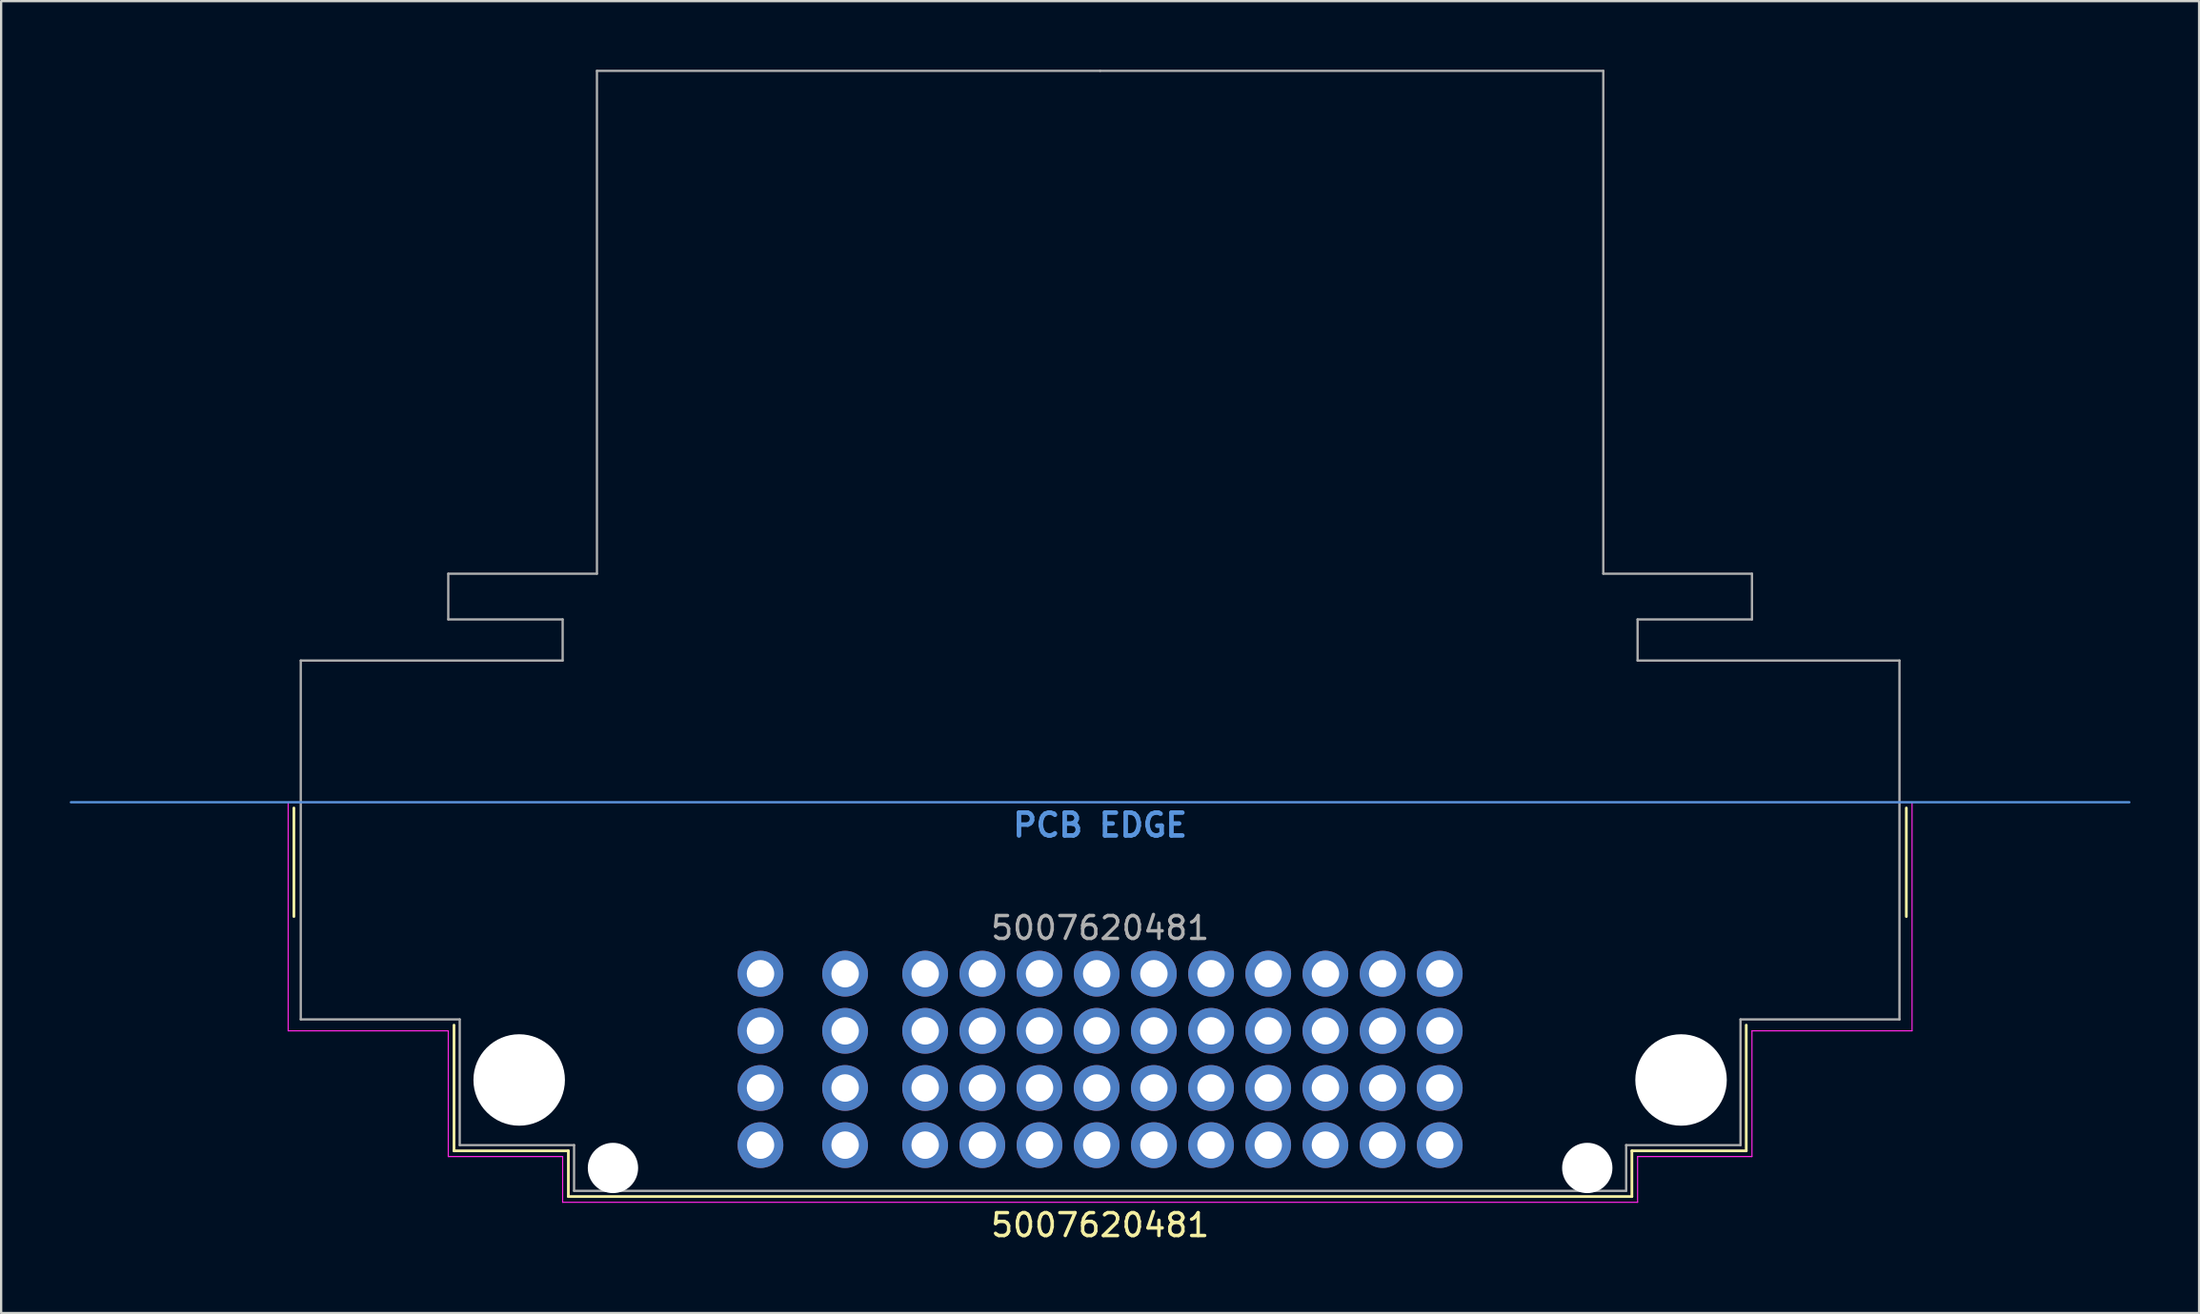
<source format=kicad_pcb>
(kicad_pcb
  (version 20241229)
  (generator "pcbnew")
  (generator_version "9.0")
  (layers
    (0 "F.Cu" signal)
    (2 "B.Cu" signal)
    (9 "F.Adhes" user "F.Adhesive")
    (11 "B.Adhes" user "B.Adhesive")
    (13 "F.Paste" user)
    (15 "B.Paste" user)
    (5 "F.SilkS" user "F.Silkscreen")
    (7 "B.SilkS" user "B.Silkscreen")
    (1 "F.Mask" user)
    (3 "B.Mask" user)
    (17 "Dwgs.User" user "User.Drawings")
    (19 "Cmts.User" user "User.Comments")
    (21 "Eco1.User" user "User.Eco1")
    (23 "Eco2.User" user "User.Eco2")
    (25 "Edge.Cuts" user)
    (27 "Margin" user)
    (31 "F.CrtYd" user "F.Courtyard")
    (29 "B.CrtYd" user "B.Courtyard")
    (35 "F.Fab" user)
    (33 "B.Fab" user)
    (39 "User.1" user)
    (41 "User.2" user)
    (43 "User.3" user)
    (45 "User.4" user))
  (footprint "5007620481"
    (layer "F.Cu")
    (at 45.05 32.05)
    (property "Reference" "5007620481" (at 0 18.5 0) (unlocked yes) (layer "F.SilkS") (effects (font (size 1 1) (thickness 0.15))))
    (attr through_hole)
    (fp_line (start -35.25 0.25) (end -35.25 5) (stroke (width 0.12) (type default)) (layer "F.SilkS"))
    (fp_line (start -28.25 15.25) (end -28.25 9.75) (stroke (width 0.12) (type default)) (layer "F.SilkS"))
    (fp_line (start -23.25 15.25) (end -28.25 15.25) (stroke (width 0.12) (type default)) (layer "F.SilkS"))
    (fp_line (start -23.25 17.25) (end -23.25 15.25) (stroke (width 0.12) (type default)) (layer "F.SilkS"))
    (fp_line (start 23.25 15.25) (end 23.25 17.25) (stroke (width 0.12) (type default)) (layer "F.SilkS"))
    (fp_line (start 23.25 17.25) (end -23.25 17.25) (stroke (width 0.12) (type default)) (layer "F.SilkS"))
    (fp_line (start 28.25 9.75) (end 28.25 15.25) (stroke (width 0.12) (type default)) (layer "F.SilkS"))
    (fp_line (start 28.25 15.25) (end 23.25 15.25) (stroke (width 0.12) (type default)) (layer "F.SilkS"))
    (fp_line (start 35.25 0.25) (end 35.25 5) (stroke (width 0.12) (type default)) (layer "F.SilkS"))
    (fp_line (start 45 0) (end -45 0) (stroke (width 0.1) (type default)) (layer "Cmts.User"))
    (fp_line (start -35.5 0) (end 35.5 0) (stroke (width 0.05) (type default)) (layer "F.CrtYd"))
    (fp_line (start -35.5 10) (end -35.5 0) (stroke (width 0.05) (type default)) (layer "F.CrtYd"))
    (fp_line (start -28.5 10) (end -35.5 10) (stroke (width 0.05) (type default)) (layer "F.CrtYd"))
    (fp_line (start -28.5 15.5) (end -28.5 10) (stroke (width 0.05) (type default)) (layer "F.CrtYd"))
    (fp_line (start -23.5 15.5) (end -28.5 15.5) (stroke (width 0.05) (type default)) (layer "F.CrtYd"))
    (fp_line (start -23.5 17.5) (end -23.5 15.5) (stroke (width 0.05) (type default)) (layer "F.CrtYd"))
    (fp_line (start 23.5 15.5) (end 23.5 17.5) (stroke (width 0.05) (type default)) (layer "F.CrtYd"))
    (fp_line (start 23.5 17.5) (end -23.5 17.5) (stroke (width 0.05) (type default)) (layer "F.CrtYd"))
    (fp_line (start 28.5 10) (end 28.5 15.5) (stroke (width 0.05) (type default)) (layer "F.CrtYd"))
    (fp_line (start 28.5 15.5) (end 23.5 15.5) (stroke (width 0.05) (type default)) (layer "F.CrtYd"))
    (fp_line (start 35.5 0) (end 35.5 10) (stroke (width 0.05) (type default)) (layer "F.CrtYd"))
    (fp_line (start 35.5 10) (end 28.5 10) (stroke (width 0.05) (type default)) (layer "F.CrtYd"))
    (fp_line (start -34.95 -6.2) (end -23.5 -6.2) (stroke (width 0.1) (type default)) (layer "F.Fab"))
    (fp_line (start -34.95 9.5) (end -34.95 -6.2) (stroke (width 0.1) (type default)) (layer "F.Fab"))
    (fp_line (start -28.5 -10) (end -22 -10) (stroke (width 0.1) (type default)) (layer "F.Fab"))
    (fp_line (start -28.5 -8) (end -28.5 -10) (stroke (width 0.1) (type default)) (layer "F.Fab"))
    (fp_line (start -28 9.5) (end -34.95 9.5) (stroke (width 0.1) (type default)) (layer "F.Fab"))
    (fp_line (start -28 15) (end -28 9.5) (stroke (width 0.1) (type default)) (layer "F.Fab"))
    (fp_line (start -23.5 -8) (end -28.5 -8) (stroke (width 0.1) (type default)) (layer "F.Fab"))
    (fp_line (start -23.5 -6.2) (end -23.5 -8) (stroke (width 0.1) (type default)) (layer "F.Fab"))
    (fp_line (start -23 15) (end -28 15) (stroke (width 0.1) (type default)) (layer "F.Fab"))
    (fp_line (start -23 17) (end -23 15) (stroke (width 0.1) (type default)) (layer "F.Fab"))
    (fp_line (start -22 -32) (end 0 -32) (stroke (width 0.1) (type default)) (layer "F.Fab"))
    (fp_line (start -22 -10) (end -22 -32) (stroke (width 0.1) (type default)) (layer "F.Fab"))
    (fp_line (start 22 -32) (end 0 -32) (stroke (width 0.1) (type default)) (layer "F.Fab"))
    (fp_line (start 22 -10) (end 22 -32) (stroke (width 0.1) (type default)) (layer "F.Fab"))
    (fp_line (start 23 15) (end 23 17) (stroke (width 0.1) (type default)) (layer "F.Fab"))
    (fp_line (start 23 15) (end 28 15) (stroke (width 0.1) (type default)) (layer "F.Fab"))
    (fp_line (start 23 17) (end -23 17) (stroke (width 0.1) (type default)) (layer "F.Fab"))
    (fp_line (start 23.5 -8) (end 28.5 -8) (stroke (width 0.1) (type default)) (layer "F.Fab"))
    (fp_line (start 23.5 -6.2) (end 23.5 -8) (stroke (width 0.1) (type default)) (layer "F.Fab"))
    (fp_line (start 28 9.5) (end 34.95 9.5) (stroke (width 0.1) (type default)) (layer "F.Fab"))
    (fp_line (start 28 15) (end 28 9.5) (stroke (width 0.1) (type default)) (layer "F.Fab"))
    (fp_line (start 28.5 -10) (end 22 -10) (stroke (width 0.1) (type default)) (layer "F.Fab"))
    (fp_line (start 28.5 -8) (end 28.5 -10) (stroke (width 0.1) (type default)) (layer "F.Fab"))
    (fp_line (start 34.95 -6.2) (end 23.5 -6.2) (stroke (width 0.1) (type default)) (layer "F.Fab"))
    (fp_line (start 34.95 9.5) (end 34.95 -6.2) (stroke (width 0.1) (type default)) (layer "F.Fab"))
    (fp_line (start -21.75 -10) (end 21.75 -10) (stroke (width 0.12) (type default)) (layer "User.2"))
    (fp_rect (start -34.75 -6.2) (end 34.75 -0.3) (stroke (width 0.12) (type default)) (fill no) (layer "User.4"))
    (fp_text user "PCB EDGE" (at 0 1 0) (unlocked yes) (layer "Cmts.User") (effects (font (size 1 1) (thickness 0.2) (bold yes))))
    (fp_text user "${REFERENCE}" (at 0 5.5 0) (unlocked yes) (layer "F.Fab") (effects (font (size 1 1) (thickness 0.15))))
    (fp_text user "PLUG MATING FACE" (at 0 -9 0) (unlocked yes) (layer "User.2") (effects (font (size 0.75 0.75) (thickness 0.15))))
    (fp_text user "SEAL GROOVE" (at 0 -3.2 0) (unlocked yes) (layer "User.4") (effects (font (size 0.75 0.75) (thickness 0.15))))
    (pad "" np_thru_hole circle (at -25.4 12.15 180) (size 4 4) (drill 4) (layers "*.Cu" "*.Mask"))
    (pad "" np_thru_hole circle (at -21.3 16 180) (size 2.2 2.2) (drill 2.2) (layers "*.Cu" "*.Mask"))
    (pad "" np_thru_hole circle (at 21.3 16 180) (size 2.2 2.2) (drill 2.2) (layers "*.Cu" "*.Mask"))
    (pad "" np_thru_hole circle (at 25.4 12.15 180) (size 4 4) (drill 4) (layers "*.Cu" "*.Mask"))
    (pad "A1" thru_hole circle (at 14.85 15) (size 2 2) (drill 1.2) (layers "*.Cu" "*.Mask"))
    (pad "A2" thru_hole circle (at 14.85 12.5) (size 2 2) (drill 1.2) (layers "*.Cu" "*.Mask"))
    (pad "A3" thru_hole circle (at 14.85 10) (size 2 2) (drill 1.2) (layers "*.Cu" "*.Mask"))
    (pad "A4" thru_hole circle (at 14.85 7.5) (size 2 2) (drill 1.2) (layers "*.Cu" "*.Mask"))
    (pad "B1" thru_hole circle (at 12.35 15) (size 2 2) (drill 1.2) (layers "*.Cu" "*.Mask"))
    (pad "B2" thru_hole circle (at 12.35 12.5) (size 2 2) (drill 1.2) (layers "*.Cu" "*.Mask"))
    (pad "B3" thru_hole circle (at 12.35 10) (size 2 2) (drill 1.2) (layers "*.Cu" "*.Mask"))
    (pad "B4" thru_hole circle (at 12.35 7.5) (size 2 2) (drill 1.2) (layers "*.Cu" "*.Mask"))
    (pad "C1" thru_hole circle (at 9.85 15) (size 2 2) (drill 1.2) (layers "*.Cu" "*.Mask"))
    (pad "C2" thru_hole circle (at 9.85 12.5) (size 2 2) (drill 1.2) (layers "*.Cu" "*.Mask"))
    (pad "C3" thru_hole circle (at 9.85 10) (size 2 2) (drill 1.2) (layers "*.Cu" "*.Mask"))
    (pad "C4" thru_hole circle (at 9.85 7.5) (size 2 2) (drill 1.2) (layers "*.Cu" "*.Mask"))
    (pad "D1" thru_hole circle (at 7.35 15) (size 2 2) (drill 1.2) (layers "*.Cu" "*.Mask"))
    (pad "D2" thru_hole circle (at 7.35 12.5) (size 2 2) (drill 1.2) (layers "*.Cu" "*.Mask"))
    (pad "D3" thru_hole circle (at 7.35 10) (size 2 2) (drill 1.2) (layers "*.Cu" "*.Mask"))
    (pad "D4" thru_hole circle (at 7.35 7.5) (size 2 2) (drill 1.2) (layers "*.Cu" "*.Mask"))
    (pad "E1" thru_hole circle (at 4.85 15) (size 2 2) (drill 1.2) (layers "*.Cu" "*.Mask"))
    (pad "E2" thru_hole circle (at 4.85 12.5) (size 2 2) (drill 1.2) (layers "*.Cu" "*.Mask"))
    (pad "E3" thru_hole circle (at 4.85 10) (size 2 2) (drill 1.2) (layers "*.Cu" "*.Mask"))
    (pad "E4" thru_hole circle (at 4.85 7.5) (size 2 2) (drill 1.2) (layers "*.Cu" "*.Mask"))
    (pad "F1" thru_hole circle (at 2.35 15) (size 2 2) (drill 1.2) (layers "*.Cu" "*.Mask"))
    (pad "F2" thru_hole circle (at 2.35 12.5) (size 2 2) (drill 1.2) (layers "*.Cu" "*.Mask"))
    (pad "F3" thru_hole circle (at 2.35 10) (size 2 2) (drill 1.2) (layers "*.Cu" "*.Mask"))
    (pad "F4" thru_hole circle (at 2.35 7.5) (size 2 2) (drill 1.2) (layers "*.Cu" "*.Mask"))
    (pad "G1" thru_hole circle (at -0.15 15) (size 2 2) (drill 1.2) (layers "*.Cu" "*.Mask"))
    (pad "G2" thru_hole circle (at -0.15 12.5) (size 2 2) (drill 1.2) (layers "*.Cu" "*.Mask"))
    (pad "G3" thru_hole circle (at -0.15 10) (size 2 2) (drill 1.2) (layers "*.Cu" "*.Mask"))
    (pad "G4" thru_hole circle (at -0.15 7.5) (size 2 2) (drill 1.2) (layers "*.Cu" "*.Mask"))
    (pad "H1" thru_hole circle (at -2.65 15) (size 2 2) (drill 1.2) (layers "*.Cu" "*.Mask"))
    (pad "H2" thru_hole circle (at -2.65 12.5) (size 2 2) (drill 1.2) (layers "*.Cu" "*.Mask"))
    (pad "H3" thru_hole circle (at -2.65 10) (size 2 2) (drill 1.2) (layers "*.Cu" "*.Mask"))
    (pad "H4" thru_hole circle (at -2.65 7.5) (size 2 2) (drill 1.2) (layers "*.Cu" "*.Mask"))
    (pad "J1" thru_hole circle (at -5.15 15) (size 2 2) (drill 1.2) (layers "*.Cu" "*.Mask"))
    (pad "J2" thru_hole circle (at -5.15 12.5) (size 2 2) (drill 1.2) (layers "*.Cu" "*.Mask"))
    (pad "J3" thru_hole circle (at -5.15 10) (size 2 2) (drill 1.2) (layers "*.Cu" "*.Mask"))
    (pad "J4" thru_hole circle (at -5.15 7.5) (size 2 2) (drill 1.2) (layers "*.Cu" "*.Mask"))
    (pad "K1" thru_hole circle (at -7.65 15) (size 2 2) (drill 1.2) (layers "*.Cu" "*.Mask"))
    (pad "K2" thru_hole circle (at -7.65 12.5) (size 2 2) (drill 1.2) (layers "*.Cu" "*.Mask"))
    (pad "K3" thru_hole circle (at -7.65 10) (size 2 2) (drill 1.2) (layers "*.Cu" "*.Mask"))
    (pad "K4" thru_hole circle (at -7.65 7.5) (size 2 2) (drill 1.2) (layers "*.Cu" "*.Mask"))
    (pad "L1" thru_hole circle (at -11.15 15) (size 2 2) (drill 1.2) (layers "*.Cu" "*.Mask"))
    (pad "L2" thru_hole circle (at -11.15 12.5) (size 2 2) (drill 1.2) (layers "*.Cu" "*.Mask"))
    (pad "L3" thru_hole circle (at -11.15 10) (size 2 2) (drill 1.2) (layers "*.Cu" "*.Mask"))
    (pad "L4" thru_hole circle (at -11.15 7.5) (size 2 2) (drill 1.2) (layers "*.Cu" "*.Mask"))
    (pad "M1" thru_hole circle (at -14.85 15) (size 2 2) (drill 1.2) (layers "*.Cu" "*.Mask"))
    (pad "M2" thru_hole circle (at -14.85 12.5) (size 2 2) (drill 1.2) (layers "*.Cu" "*.Mask"))
    (pad "M3" thru_hole circle (at -14.85 10) (size 2 2) (drill 1.2) (layers "*.Cu" "*.Mask"))
    (pad "M4" thru_hole circle (at -14.85 7.5) (size 2 2) (drill 1.2) (layers "*.Cu" "*.Mask")))
  (gr_rect
    (start -3 -3)
    (end 93.1 54.398)
    (stroke (width 0.1) (type default))
    (fill no)
    (layer "Edge.Cuts")))
</source>
